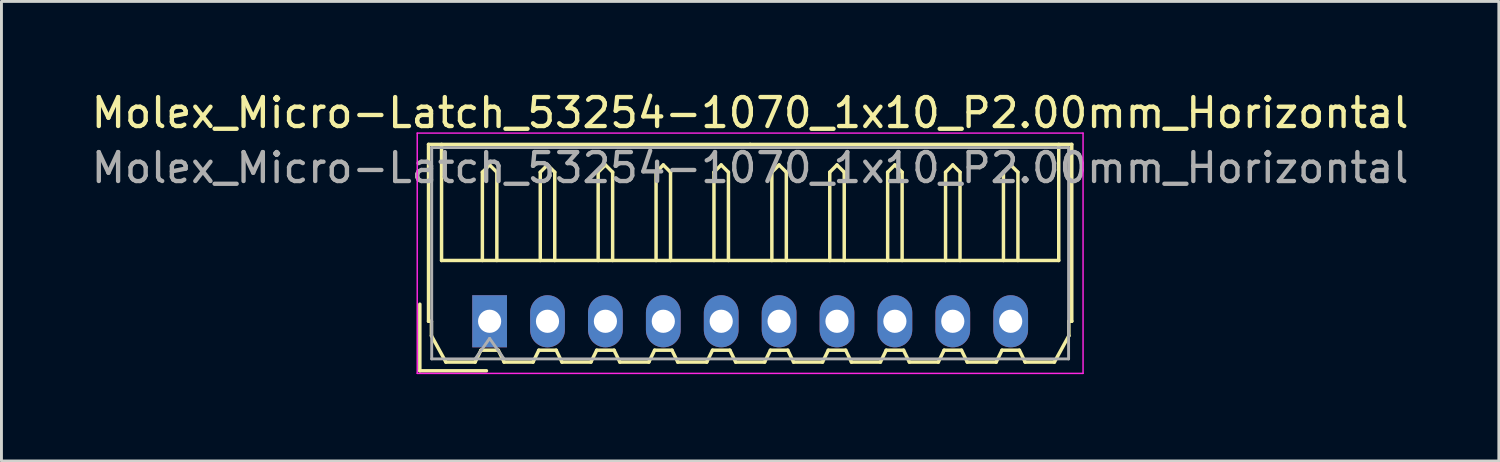
<source format=kicad_pcb>
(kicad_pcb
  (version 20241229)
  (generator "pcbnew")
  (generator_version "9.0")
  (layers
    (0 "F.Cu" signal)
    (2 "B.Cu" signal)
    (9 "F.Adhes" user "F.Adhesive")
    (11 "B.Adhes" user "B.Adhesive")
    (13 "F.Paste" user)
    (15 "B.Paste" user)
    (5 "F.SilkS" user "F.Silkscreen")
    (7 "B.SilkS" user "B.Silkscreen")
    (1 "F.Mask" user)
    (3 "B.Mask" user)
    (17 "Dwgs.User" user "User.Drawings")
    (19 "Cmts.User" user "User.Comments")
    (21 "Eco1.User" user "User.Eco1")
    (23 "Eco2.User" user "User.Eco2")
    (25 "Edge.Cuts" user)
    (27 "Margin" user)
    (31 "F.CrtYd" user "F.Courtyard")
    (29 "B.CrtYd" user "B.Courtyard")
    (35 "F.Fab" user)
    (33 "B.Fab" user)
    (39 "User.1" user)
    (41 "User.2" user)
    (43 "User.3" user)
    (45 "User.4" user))
  (footprint "Molex_Micro-Latch_53254-1070_1x10_P2.00mm_Horizontal"
    (layer "F.Cu")
    (at 13.863 8.048)
    (property "Reference" "Molex_Micro-Latch_53254-1070_1x10_P2.00mm_Horizontal" (at 9 -7.2 0) (layer "F.SilkS") (effects (font (size 1 1) (thickness 0.15))))
    (attr through_hole)
    (fp_line (start -2.41 1.71) (end -2.41 -0.59) (stroke (width 0.12) (type solid)) (layer "F.SilkS"))
    (fp_line (start -2.11 -6.11) (end 9 -6.11) (stroke (width 0.12) (type solid)) (layer "F.SilkS"))
    (fp_line (start -2.11 0) (end -2.11 -6.11) (stroke (width 0.12) (type solid)) (layer "F.SilkS"))
    (fp_line (start -2.01 0) (end -2.11 0) (stroke (width 0.12) (type solid)) (layer "F.SilkS"))
    (fp_line (start -2.01 0.5) (end -2.01 0) (stroke (width 0.12) (type solid)) (layer "F.SilkS"))
    (fp_line (start -1.66 -6.11) (end -1.66 -2.1) (stroke (width 0.12) (type solid)) (layer "F.SilkS"))
    (fp_line (start -1.66 -2.1) (end 19.66 -2.1) (stroke (width 0.12) (type solid)) (layer "F.SilkS"))
    (fp_line (start -1.51 1.41) (end -2.01 0.5) (stroke (width 0.12) (type solid)) (layer "F.SilkS"))
    (fp_line (start -0.5 1.41) (end -1.51 1.41) (stroke (width 0.12) (type solid)) (layer "F.SilkS"))
    (fp_line (start -0.3 1) (end -0.5 1.41) (stroke (width 0.12) (type solid)) (layer "F.SilkS"))
    (fp_line (start -0.3 1) (end 0.3 1) (stroke (width 0.12) (type solid)) (layer "F.SilkS"))
    (fp_line (start -0.25 -5.15) (end 0 -5.4) (stroke (width 0.12) (type solid)) (layer "F.SilkS"))
    (fp_line (start -0.25 -2.1) (end -0.25 -5.15) (stroke (width 0.12) (type solid)) (layer "F.SilkS"))
    (fp_line (start -0.11 1.71) (end -2.41 1.71) (stroke (width 0.12) (type solid)) (layer "F.SilkS"))
    (fp_line (start 0 -5.4) (end 0.25 -5.15) (stroke (width 0.12) (type solid)) (layer "F.SilkS"))
    (fp_line (start 0.25 -5.15) (end 0.25 -2.1) (stroke (width 0.12) (type solid)) (layer "F.SilkS"))
    (fp_line (start 0.3 1) (end 0.5 1.41) (stroke (width 0.12) (type solid)) (layer "F.SilkS"))
    (fp_line (start 0.5 1.41) (end 1.5 1.41) (stroke (width 0.12) (type solid)) (layer "F.SilkS"))
    (fp_line (start 1.5 1.41) (end 1.7 1) (stroke (width 0.12) (type solid)) (layer "F.SilkS"))
    (fp_line (start 1.7 1) (end 2.3 1) (stroke (width 0.12) (type solid)) (layer "F.SilkS"))
    (fp_line (start 1.75 -5.15) (end 2 -5.4) (stroke (width 0.12) (type solid)) (layer "F.SilkS"))
    (fp_line (start 1.75 -2.1) (end 1.75 -5.15) (stroke (width 0.12) (type solid)) (layer "F.SilkS"))
    (fp_line (start 2 -5.4) (end 2.25 -5.15) (stroke (width 0.12) (type solid)) (layer "F.SilkS"))
    (fp_line (start 2.25 -5.15) (end 2.25 -2.1) (stroke (width 0.12) (type solid)) (layer "F.SilkS"))
    (fp_line (start 2.3 1) (end 2.5 1.41) (stroke (width 0.12) (type solid)) (layer "F.SilkS"))
    (fp_line (start 2.5 1.41) (end 3.5 1.41) (stroke (width 0.12) (type solid)) (layer "F.SilkS"))
    (fp_line (start 3.5 1.41) (end 3.7 1) (stroke (width 0.12) (type solid)) (layer "F.SilkS"))
    (fp_line (start 3.7 1) (end 4.3 1) (stroke (width 0.12) (type solid)) (layer "F.SilkS"))
    (fp_line (start 3.75 -5.15) (end 4 -5.4) (stroke (width 0.12) (type solid)) (layer "F.SilkS"))
    (fp_line (start 3.75 -2.1) (end 3.75 -5.15) (stroke (width 0.12) (type solid)) (layer "F.SilkS"))
    (fp_line (start 4 -5.4) (end 4.25 -5.15) (stroke (width 0.12) (type solid)) (layer "F.SilkS"))
    (fp_line (start 4.25 -5.15) (end 4.25 -2.1) (stroke (width 0.12) (type solid)) (layer "F.SilkS"))
    (fp_line (start 4.3 1) (end 4.5 1.41) (stroke (width 0.12) (type solid)) (layer "F.SilkS"))
    (fp_line (start 4.5 1.41) (end 5.5 1.41) (stroke (width 0.12) (type solid)) (layer "F.SilkS"))
    (fp_line (start 5.5 1.41) (end 5.7 1) (stroke (width 0.12) (type solid)) (layer "F.SilkS"))
    (fp_line (start 5.7 1) (end 6.3 1) (stroke (width 0.12) (type solid)) (layer "F.SilkS"))
    (fp_line (start 5.75 -5.15) (end 6 -5.4) (stroke (width 0.12) (type solid)) (layer "F.SilkS"))
    (fp_line (start 5.75 -2.1) (end 5.75 -5.15) (stroke (width 0.12) (type solid)) (layer "F.SilkS"))
    (fp_line (start 6 -5.4) (end 6.25 -5.15) (stroke (width 0.12) (type solid)) (layer "F.SilkS"))
    (fp_line (start 6.25 -5.15) (end 6.25 -2.1) (stroke (width 0.12) (type solid)) (layer "F.SilkS"))
    (fp_line (start 6.3 1) (end 6.5 1.41) (stroke (width 0.12) (type solid)) (layer "F.SilkS"))
    (fp_line (start 6.5 1.41) (end 7.5 1.41) (stroke (width 0.12) (type solid)) (layer "F.SilkS"))
    (fp_line (start 7.5 1.41) (end 7.7 1) (stroke (width 0.12) (type solid)) (layer "F.SilkS"))
    (fp_line (start 7.7 1) (end 8.3 1) (stroke (width 0.12) (type solid)) (layer "F.SilkS"))
    (fp_line (start 7.75 -5.15) (end 8 -5.4) (stroke (width 0.12) (type solid)) (layer "F.SilkS"))
    (fp_line (start 7.75 -2.1) (end 7.75 -5.15) (stroke (width 0.12) (type solid)) (layer "F.SilkS"))
    (fp_line (start 8 -5.4) (end 8.25 -5.15) (stroke (width 0.12) (type solid)) (layer "F.SilkS"))
    (fp_line (start 8.25 -5.15) (end 8.25 -2.1) (stroke (width 0.12) (type solid)) (layer "F.SilkS"))
    (fp_line (start 8.3 1) (end 8.5 1.41) (stroke (width 0.12) (type solid)) (layer "F.SilkS"))
    (fp_line (start 8.5 1.41) (end 9.5 1.41) (stroke (width 0.12) (type solid)) (layer "F.SilkS"))
    (fp_line (start 9.5 1.41) (end 9.7 1) (stroke (width 0.12) (type solid)) (layer "F.SilkS"))
    (fp_line (start 9.7 1) (end 10.3 1) (stroke (width 0.12) (type solid)) (layer "F.SilkS"))
    (fp_line (start 9.75 -5.15) (end 10 -5.4) (stroke (width 0.12) (type solid)) (layer "F.SilkS"))
    (fp_line (start 9.75 -2.1) (end 9.75 -5.15) (stroke (width 0.12) (type solid)) (layer "F.SilkS"))
    (fp_line (start 10 -5.4) (end 10.25 -5.15) (stroke (width 0.12) (type solid)) (layer "F.SilkS"))
    (fp_line (start 10.25 -5.15) (end 10.25 -2.1) (stroke (width 0.12) (type solid)) (layer "F.SilkS"))
    (fp_line (start 10.3 1) (end 10.5 1.41) (stroke (width 0.12) (type solid)) (layer "F.SilkS"))
    (fp_line (start 10.5 1.41) (end 11.5 1.41) (stroke (width 0.12) (type solid)) (layer "F.SilkS"))
    (fp_line (start 11.5 1.41) (end 11.7 1) (stroke (width 0.12) (type solid)) (layer "F.SilkS"))
    (fp_line (start 11.7 1) (end 12.3 1) (stroke (width 0.12) (type solid)) (layer "F.SilkS"))
    (fp_line (start 11.75 -5.15) (end 12 -5.4) (stroke (width 0.12) (type solid)) (layer "F.SilkS"))
    (fp_line (start 11.75 -2.1) (end 11.75 -5.15) (stroke (width 0.12) (type solid)) (layer "F.SilkS"))
    (fp_line (start 12 -5.4) (end 12.25 -5.15) (stroke (width 0.12) (type solid)) (layer "F.SilkS"))
    (fp_line (start 12.25 -5.15) (end 12.25 -2.1) (stroke (width 0.12) (type solid)) (layer "F.SilkS"))
    (fp_line (start 12.3 1) (end 12.5 1.41) (stroke (width 0.12) (type solid)) (layer "F.SilkS"))
    (fp_line (start 12.5 1.41) (end 13.5 1.41) (stroke (width 0.12) (type solid)) (layer "F.SilkS"))
    (fp_line (start 13.5 1.41) (end 13.7 1) (stroke (width 0.12) (type solid)) (layer "F.SilkS"))
    (fp_line (start 13.7 1) (end 14.3 1) (stroke (width 0.12) (type solid)) (layer "F.SilkS"))
    (fp_line (start 13.75 -5.15) (end 14 -5.4) (stroke (width 0.12) (type solid)) (layer "F.SilkS"))
    (fp_line (start 13.75 -2.1) (end 13.75 -5.15) (stroke (width 0.12) (type solid)) (layer "F.SilkS"))
    (fp_line (start 14 -5.4) (end 14.25 -5.15) (stroke (width 0.12) (type solid)) (layer "F.SilkS"))
    (fp_line (start 14.25 -5.15) (end 14.25 -2.1) (stroke (width 0.12) (type solid)) (layer "F.SilkS"))
    (fp_line (start 14.3 1) (end 14.5 1.41) (stroke (width 0.12) (type solid)) (layer "F.SilkS"))
    (fp_line (start 14.5 1.41) (end 15.5 1.41) (stroke (width 0.12) (type solid)) (layer "F.SilkS"))
    (fp_line (start 15.5 1.41) (end 15.7 1) (stroke (width 0.12) (type solid)) (layer "F.SilkS"))
    (fp_line (start 15.7 1) (end 16.3 1) (stroke (width 0.12) (type solid)) (layer "F.SilkS"))
    (fp_line (start 15.75 -5.15) (end 16 -5.4) (stroke (width 0.12) (type solid)) (layer "F.SilkS"))
    (fp_line (start 15.75 -2.1) (end 15.75 -5.15) (stroke (width 0.12) (type solid)) (layer "F.SilkS"))
    (fp_line (start 16 -5.4) (end 16.25 -5.15) (stroke (width 0.12) (type solid)) (layer "F.SilkS"))
    (fp_line (start 16.25 -5.15) (end 16.25 -2.1) (stroke (width 0.12) (type solid)) (layer "F.SilkS"))
    (fp_line (start 16.3 1) (end 16.5 1.41) (stroke (width 0.12) (type solid)) (layer "F.SilkS"))
    (fp_line (start 16.5 1.41) (end 17.5 1.41) (stroke (width 0.12) (type solid)) (layer "F.SilkS"))
    (fp_line (start 17.5 1.41) (end 17.7 1) (stroke (width 0.12) (type solid)) (layer "F.SilkS"))
    (fp_line (start 17.7 1) (end 18.3 1) (stroke (width 0.12) (type solid)) (layer "F.SilkS"))
    (fp_line (start 17.75 -5.15) (end 18 -5.4) (stroke (width 0.12) (type solid)) (layer "F.SilkS"))
    (fp_line (start 17.75 -2.1) (end 17.75 -5.15) (stroke (width 0.12) (type solid)) (layer "F.SilkS"))
    (fp_line (start 18 -5.4) (end 18.25 -5.15) (stroke (width 0.12) (type solid)) (layer "F.SilkS"))
    (fp_line (start 18.25 -5.15) (end 18.25 -2.1) (stroke (width 0.12) (type solid)) (layer "F.SilkS"))
    (fp_line (start 18.3 1) (end 18.5 1.41) (stroke (width 0.12) (type solid)) (layer "F.SilkS"))
    (fp_line (start 18.5 1.41) (end 19.51 1.41) (stroke (width 0.12) (type solid)) (layer "F.SilkS"))
    (fp_line (start 19.51 1.41) (end 20.01 0.5) (stroke (width 0.12) (type solid)) (layer "F.SilkS"))
    (fp_line (start 19.66 -2.1) (end 19.66 -6.11) (stroke (width 0.12) (type solid)) (layer "F.SilkS"))
    (fp_line (start 20.01 0) (end 20.11 0) (stroke (width 0.12) (type solid)) (layer "F.SilkS"))
    (fp_line (start 20.01 0.5) (end 20.01 0) (stroke (width 0.12) (type solid)) (layer "F.SilkS"))
    (fp_line (start 20.11 -6.11) (end 9 -6.11) (stroke (width 0.12) (type solid)) (layer "F.SilkS"))
    (fp_line (start 20.11 0) (end 20.11 -6.11) (stroke (width 0.12) (type solid)) (layer "F.SilkS"))
    (fp_line (start -2.5 -6.5) (end -2.5 1.8) (stroke (width 0.05) (type solid)) (layer "F.CrtYd"))
    (fp_line (start -2.5 1.8) (end 20.5 1.8) (stroke (width 0.05) (type solid)) (layer "F.CrtYd"))
    (fp_line (start 20.5 -6.5) (end -2.5 -6.5) (stroke (width 0.05) (type solid)) (layer "F.CrtYd"))
    (fp_line (start 20.5 1.8) (end 20.5 -6.5) (stroke (width 0.05) (type solid)) (layer "F.CrtYd"))
    (fp_line (start -2 -6) (end -2 1.3) (stroke (width 0.1) (type solid)) (layer "F.Fab"))
    (fp_line (start -2 1.3) (end 20 1.3) (stroke (width 0.1) (type solid)) (layer "F.Fab"))
    (fp_line (start -0.5 1.3) (end 0 0.593) (stroke (width 0.1) (type solid)) (layer "F.Fab"))
    (fp_line (start 0 0.593) (end 0.5 1.3) (stroke (width 0.1) (type solid)) (layer "F.Fab"))
    (fp_line (start 20 -6) (end -2 -6) (stroke (width 0.1) (type solid)) (layer "F.Fab"))
    (fp_line (start 20 1.3) (end 20 -6) (stroke (width 0.1) (type solid)) (layer "F.Fab"))
    (fp_text user "${REFERENCE}" (at 9 -5.3 0) (layer "F.Fab") (effects (font (size 1 1) (thickness 0.15))))
    (pad "1" thru_hole rect (at 0 0) (size 1.2 1.8) (drill 0.8) (layers "*.Cu" "*.Mask"))
    (pad "2" thru_hole oval (at 2 0) (size 1.2 1.8) (drill 0.8) (layers "*.Cu" "*.Mask"))
    (pad "3" thru_hole oval (at 4 0) (size 1.2 1.8) (drill 0.8) (layers "*.Cu" "*.Mask"))
    (pad "4" thru_hole oval (at 6 0) (size 1.2 1.8) (drill 0.8) (layers "*.Cu" "*.Mask"))
    (pad "5" thru_hole oval (at 8 0) (size 1.2 1.8) (drill 0.8) (layers "*.Cu" "*.Mask"))
    (pad "6" thru_hole oval (at 10 0) (size 1.2 1.8) (drill 0.8) (layers "*.Cu" "*.Mask"))
    (pad "7" thru_hole oval (at 12 0) (size 1.2 1.8) (drill 0.8) (layers "*.Cu" "*.Mask"))
    (pad "8" thru_hole oval (at 14 0) (size 1.2 1.8) (drill 0.8) (layers "*.Cu" "*.Mask"))
    (pad "9" thru_hole oval (at 16 0) (size 1.2 1.8) (drill 0.8) (layers "*.Cu" "*.Mask"))
    (pad "10" thru_hole oval (at 18 0) (size 1.2 1.8) (drill 0.8) (layers "*.Cu" "*.Mask")))
  (gr_rect
    (start -3 -3)
    (end 48.726 12.873)
    (stroke (width 0.1) (type default))
    (fill no)
    (layer "Edge.Cuts")))
</source>
